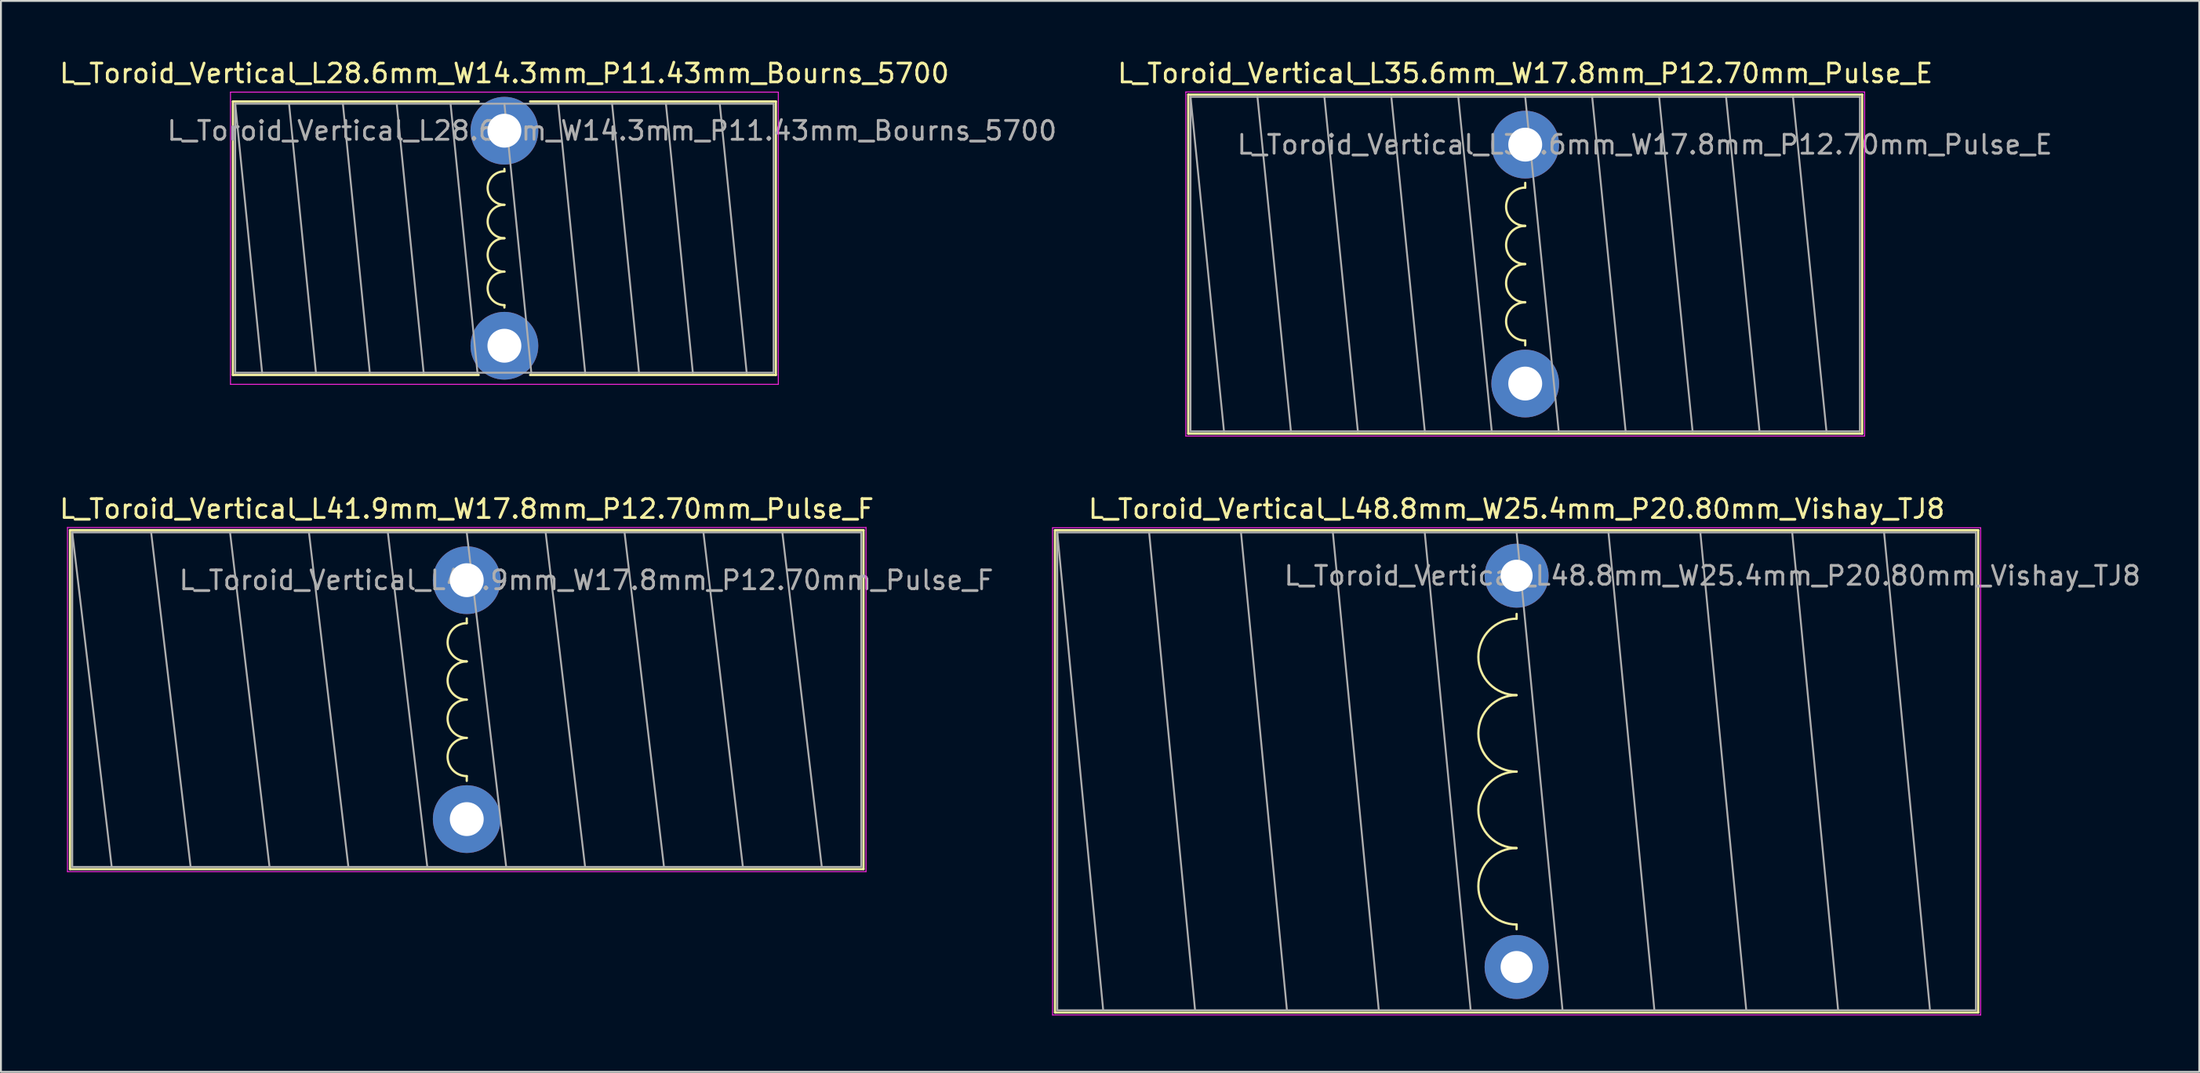
<source format=kicad_pcb>
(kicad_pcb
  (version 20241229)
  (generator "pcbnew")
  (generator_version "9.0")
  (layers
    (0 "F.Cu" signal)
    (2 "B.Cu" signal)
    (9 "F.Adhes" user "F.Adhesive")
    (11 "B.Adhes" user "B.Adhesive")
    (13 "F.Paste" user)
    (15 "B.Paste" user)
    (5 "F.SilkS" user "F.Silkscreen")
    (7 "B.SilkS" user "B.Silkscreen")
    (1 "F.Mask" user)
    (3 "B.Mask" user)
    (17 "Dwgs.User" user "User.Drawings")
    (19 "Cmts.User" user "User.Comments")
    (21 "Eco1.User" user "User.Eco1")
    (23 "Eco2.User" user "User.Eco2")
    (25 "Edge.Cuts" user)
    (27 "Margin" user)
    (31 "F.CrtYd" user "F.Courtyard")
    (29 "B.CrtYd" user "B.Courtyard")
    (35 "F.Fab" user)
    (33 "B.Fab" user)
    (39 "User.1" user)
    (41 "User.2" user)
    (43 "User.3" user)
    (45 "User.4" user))
  (footprint "L_Toroid_Vertical_L35.6mm_W17.8mm_P12.70mm_Pulse_E"
    (layer "F.Cu")
    (at 77.971 4.638)
    (property "Reference" "L_Toroid_Vertical_L35.6mm_W17.8mm_P12.70mm_Pulse_E" (at 0 -3.79 0) (layer "F.SilkS") (effects (font (size 1 1) (thickness 0.15))))
    (attr through_hole)
    (fp_line (start -17.9 -2.66) (end -17.9 15.36) (stroke (width 0.12) (type solid)) (layer "F.SilkS"))
    (fp_line (start -17.9 -2.66) (end 17.9 -2.66) (stroke (width 0.12) (type solid)) (layer "F.SilkS"))
    (fp_line (start -17.9 15.36) (end 17.9 15.36) (stroke (width 0.12) (type solid)) (layer "F.SilkS"))
    (fp_line (start 0 2.286) (end 0 2.032) (stroke (width 0.12) (type solid)) (layer "F.SilkS"))
    (fp_line (start 0 10.414) (end 0 10.668) (stroke (width 0.12) (type solid)) (layer "F.SilkS"))
    (fp_line (start 17.9 -2.66) (end 17.9 15.36) (stroke (width 0.12) (type solid)) (layer "F.SilkS"))
    (fp_arc (start 0 4.318) (mid -1.016 3.302) (end 0 2.286) (stroke (width 0.12) (type solid)) (layer "F.SilkS"))
    (fp_arc (start 0 6.35) (mid -1.016 5.334) (end 0 4.318) (stroke (width 0.12) (type solid)) (layer "F.SilkS"))
    (fp_arc (start 0 8.382) (mid -1.016 7.366) (end 0 6.35) (stroke (width 0.12) (type solid)) (layer "F.SilkS"))
    (fp_arc (start 0 10.414) (mid -1.016 9.398) (end 0 8.382) (stroke (width 0.12) (type solid)) (layer "F.SilkS"))
    (fp_line (start -18.03 -2.8) (end -18.03 15.49) (stroke (width 0.05) (type solid)) (layer "F.CrtYd"))
    (fp_line (start -18.03 15.49) (end 18.03 15.49) (stroke (width 0.05) (type solid)) (layer "F.CrtYd"))
    (fp_line (start 18.03 -2.8) (end -18.03 -2.8) (stroke (width 0.05) (type solid)) (layer "F.CrtYd"))
    (fp_line (start 18.03 15.49) (end 18.03 -2.8) (stroke (width 0.05) (type solid)) (layer "F.CrtYd"))
    (fp_line (start -17.78 -2.54) (end -17.78 15.24) (stroke (width 0.1) (type solid)) (layer "F.Fab"))
    (fp_line (start -17.78 -2.54) (end -16.002 15.24) (stroke (width 0.1) (type solid)) (layer "F.Fab"))
    (fp_line (start -17.78 15.24) (end 17.78 15.24) (stroke (width 0.1) (type solid)) (layer "F.Fab"))
    (fp_line (start -14.224 -2.54) (end -12.446 15.24) (stroke (width 0.1) (type solid)) (layer "F.Fab"))
    (fp_line (start -10.668 -2.54) (end -8.89 15.24) (stroke (width 0.1) (type solid)) (layer "F.Fab"))
    (fp_line (start -7.112 -2.54) (end -5.334 15.24) (stroke (width 0.1) (type solid)) (layer "F.Fab"))
    (fp_line (start -3.556 -2.54) (end -1.778 15.24) (stroke (width 0.1) (type solid)) (layer "F.Fab"))
    (fp_line (start 0 -2.54) (end 1.778 15.24) (stroke (width 0.1) (type solid)) (layer "F.Fab"))
    (fp_line (start 3.556 -2.54) (end 5.334 15.24) (stroke (width 0.1) (type solid)) (layer "F.Fab"))
    (fp_line (start 7.112 -2.54) (end 8.89 15.24) (stroke (width 0.1) (type solid)) (layer "F.Fab"))
    (fp_line (start 10.668 -2.54) (end 12.446 15.24) (stroke (width 0.1) (type solid)) (layer "F.Fab"))
    (fp_line (start 14.224 -2.54) (end 16.002 15.24) (stroke (width 0.1) (type solid)) (layer "F.Fab"))
    (fp_line (start 17.78 -2.54) (end -17.78 -2.54) (stroke (width 0.1) (type solid)) (layer "F.Fab"))
    (fp_line (start 17.78 15.24) (end 17.78 -2.54) (stroke (width 0.1) (type solid)) (layer "F.Fab"))
    (fp_text user "${REFERENCE}" (at 6.35 0 0) (layer "F.Fab") (effects (font (size 1 1) (thickness 0.15))))
    (pad "1" thru_hole circle (at 0 0) (size 3.6 3.6) (drill 1.8) (layers "*.Cu" "*.Mask"))
    (pad "2" thru_hole circle (at 0 12.7) (size 3.6 3.6) (drill 1.8) (layers "*.Cu" "*.Mask")))
  (footprint "L_Toroid_Vertical_L41.9mm_W17.8mm_P12.70mm_Pulse_F"
    (layer "F.Cu")
    (at 21.744 27.791)
    (property "Reference" "L_Toroid_Vertical_L41.9mm_W17.8mm_P12.70mm_Pulse_F" (at 0 -3.79 0) (layer "F.SilkS") (effects (font (size 1 1) (thickness 0.15))))
    (attr through_hole)
    (fp_line (start -21.075 -2.66) (end -21.075 15.36) (stroke (width 0.12) (type solid)) (layer "F.SilkS"))
    (fp_line (start -21.075 -2.66) (end 21.075 -2.66) (stroke (width 0.12) (type solid)) (layer "F.SilkS"))
    (fp_line (start -21.075 15.36) (end 21.075 15.36) (stroke (width 0.12) (type solid)) (layer "F.SilkS"))
    (fp_line (start 0 2.286) (end 0 2.032) (stroke (width 0.12) (type solid)) (layer "F.SilkS"))
    (fp_line (start 0 10.414) (end 0 10.668) (stroke (width 0.12) (type solid)) (layer "F.SilkS"))
    (fp_line (start 21.075 -2.66) (end 21.075 15.36) (stroke (width 0.12) (type solid)) (layer "F.SilkS"))
    (fp_arc (start 0 4.318) (mid -1.016 3.302) (end 0 2.286) (stroke (width 0.12) (type solid)) (layer "F.SilkS"))
    (fp_arc (start 0 6.35) (mid -1.016 5.334) (end 0 4.318) (stroke (width 0.12) (type solid)) (layer "F.SilkS"))
    (fp_arc (start 0 8.382) (mid -1.016 7.366) (end 0 6.35) (stroke (width 0.12) (type solid)) (layer "F.SilkS"))
    (fp_arc (start 0 10.414) (mid -1.016 9.398) (end 0 8.382) (stroke (width 0.12) (type solid)) (layer "F.SilkS"))
    (fp_line (start -21.21 -2.8) (end -21.21 15.49) (stroke (width 0.05) (type solid)) (layer "F.CrtYd"))
    (fp_line (start -21.21 15.49) (end 21.21 15.49) (stroke (width 0.05) (type solid)) (layer "F.CrtYd"))
    (fp_line (start 21.21 -2.8) (end -21.21 -2.8) (stroke (width 0.05) (type solid)) (layer "F.CrtYd"))
    (fp_line (start 21.21 15.49) (end 21.21 -2.8) (stroke (width 0.05) (type solid)) (layer "F.CrtYd"))
    (fp_line (start -20.955 -2.54) (end -20.955 15.24) (stroke (width 0.1) (type solid)) (layer "F.Fab"))
    (fp_line (start -20.955 -2.54) (end -18.86 15.24) (stroke (width 0.1) (type solid)) (layer "F.Fab"))
    (fp_line (start -20.955 15.24) (end 20.955 15.24) (stroke (width 0.1) (type solid)) (layer "F.Fab"))
    (fp_line (start -16.764 -2.54) (end -14.668 15.24) (stroke (width 0.1) (type solid)) (layer "F.Fab"))
    (fp_line (start -12.573 -2.54) (end -10.477 15.24) (stroke (width 0.1) (type solid)) (layer "F.Fab"))
    (fp_line (start -8.382 -2.54) (end -6.287 15.24) (stroke (width 0.1) (type solid)) (layer "F.Fab"))
    (fp_line (start -4.191 -2.54) (end -2.095 15.24) (stroke (width 0.1) (type solid)) (layer "F.Fab"))
    (fp_line (start 0 -2.54) (end 2.095 15.24) (stroke (width 0.1) (type solid)) (layer "F.Fab"))
    (fp_line (start 4.191 -2.54) (end 6.287 15.24) (stroke (width 0.1) (type solid)) (layer "F.Fab"))
    (fp_line (start 8.382 -2.54) (end 10.477 15.24) (stroke (width 0.1) (type solid)) (layer "F.Fab"))
    (fp_line (start 12.573 -2.54) (end 14.668 15.24) (stroke (width 0.1) (type solid)) (layer "F.Fab"))
    (fp_line (start 16.764 -2.54) (end 18.86 15.24) (stroke (width 0.1) (type solid)) (layer "F.Fab"))
    (fp_line (start 20.955 -2.54) (end -20.955 -2.54) (stroke (width 0.1) (type solid)) (layer "F.Fab"))
    (fp_line (start 20.955 15.24) (end 20.955 -2.54) (stroke (width 0.1) (type solid)) (layer "F.Fab"))
    (fp_text user "${REFERENCE}" (at 6.35 0 0) (layer "F.Fab") (effects (font (size 1 1) (thickness 0.15))))
    (pad "1" thru_hole circle (at 0 0) (size 3.6 3.6) (drill 1.8) (layers "*.Cu" "*.Mask"))
    (pad "2" thru_hole circle (at 0 12.7) (size 3.6 3.6) (drill 1.8) (layers "*.Cu" "*.Mask")))
  (footprint "L_Toroid_Vertical_L48.8mm_W25.4mm_P20.80mm_Vishay_TJ8"
    (layer "F.Cu")
    (at 77.513 27.552)
    (property "Reference" "L_Toroid_Vertical_L48.8mm_W25.4mm_P20.80mm_Vishay_TJ8" (at 0 -3.55 0) (layer "F.SilkS") (effects (font (size 1 1) (thickness 0.15))))
    (attr through_hole)
    (fp_line (start -24.52 -2.42) (end -24.52 23.22) (stroke (width 0.12) (type solid)) (layer "F.SilkS"))
    (fp_line (start -24.52 -2.42) (end 24.52 -2.42) (stroke (width 0.12) (type solid)) (layer "F.SilkS"))
    (fp_line (start -24.52 23.22) (end 24.52 23.22) (stroke (width 0.12) (type solid)) (layer "F.SilkS"))
    (fp_line (start 0 2.286) (end 0 2.032) (stroke (width 0.12) (type solid)) (layer "F.SilkS"))
    (fp_line (start 0 18.542) (end 0 18.796) (stroke (width 0.12) (type solid)) (layer "F.SilkS"))
    (fp_line (start 24.52 -2.42) (end 24.52 23.22) (stroke (width 0.12) (type solid)) (layer "F.SilkS"))
    (fp_arc (start 0 6.35) (mid -2.032 4.318) (end 0 2.286) (stroke (width 0.12) (type solid)) (layer "F.SilkS"))
    (fp_arc (start 0 10.414) (mid -2.032 8.382) (end 0 6.35) (stroke (width 0.12) (type solid)) (layer "F.SilkS"))
    (fp_arc (start 0 14.478) (mid -2.032 12.446) (end 0 10.414) (stroke (width 0.12) (type solid)) (layer "F.SilkS"))
    (fp_arc (start 0 18.542) (mid -2.032 16.51) (end 0 14.478) (stroke (width 0.12) (type solid)) (layer "F.SilkS"))
    (fp_line (start -24.65 -2.55) (end -24.65 23.35) (stroke (width 0.05) (type solid)) (layer "F.CrtYd"))
    (fp_line (start -24.65 23.35) (end 24.65 23.35) (stroke (width 0.05) (type solid)) (layer "F.CrtYd"))
    (fp_line (start 24.65 -2.55) (end -24.65 -2.55) (stroke (width 0.05) (type solid)) (layer "F.CrtYd"))
    (fp_line (start 24.65 23.35) (end 24.65 -2.55) (stroke (width 0.05) (type solid)) (layer "F.CrtYd"))
    (fp_line (start -24.4 -2.3) (end -24.4 23.1) (stroke (width 0.1) (type solid)) (layer "F.Fab"))
    (fp_line (start -24.4 -2.3) (end -21.96 23.1) (stroke (width 0.1) (type solid)) (layer "F.Fab"))
    (fp_line (start -24.4 23.1) (end 24.4 23.1) (stroke (width 0.1) (type solid)) (layer "F.Fab"))
    (fp_line (start -19.52 -2.3) (end -17.08 23.1) (stroke (width 0.1) (type solid)) (layer "F.Fab"))
    (fp_line (start -14.64 -2.3) (end -12.2 23.1) (stroke (width 0.1) (type solid)) (layer "F.Fab"))
    (fp_line (start -9.76 -2.3) (end -7.32 23.1) (stroke (width 0.1) (type solid)) (layer "F.Fab"))
    (fp_line (start -4.88 -2.3) (end -2.44 23.1) (stroke (width 0.1) (type solid)) (layer "F.Fab"))
    (fp_line (start 0 -2.3) (end 2.44 23.1) (stroke (width 0.1) (type solid)) (layer "F.Fab"))
    (fp_line (start 4.88 -2.3) (end 7.32 23.1) (stroke (width 0.1) (type solid)) (layer "F.Fab"))
    (fp_line (start 9.76 -2.3) (end 12.2 23.1) (stroke (width 0.1) (type solid)) (layer "F.Fab"))
    (fp_line (start 14.64 -2.3) (end 17.08 23.1) (stroke (width 0.1) (type solid)) (layer "F.Fab"))
    (fp_line (start 19.52 -2.3) (end 21.96 23.1) (stroke (width 0.1) (type solid)) (layer "F.Fab"))
    (fp_line (start 24.4 -2.3) (end -24.4 -2.3) (stroke (width 0.1) (type solid)) (layer "F.Fab"))
    (fp_line (start 24.4 23.1) (end 24.4 -2.3) (stroke (width 0.1) (type solid)) (layer "F.Fab"))
    (fp_text user "${REFERENCE}" (at 10.4 0 0) (layer "F.Fab") (effects (font (size 1 1) (thickness 0.15))))
    (pad "1" thru_hole circle (at 0 0) (size 3.4 3.4) (drill 1.7) (layers "*.Cu" "*.Mask"))
    (pad "2" thru_hole circle (at 0 20.8) (size 3.4 3.4) (drill 1.7) (layers "*.Cu" "*.Mask")))
  (footprint "L_Toroid_Vertical_L28.6mm_W14.3mm_P11.43mm_Bourns_5700"
    (layer "F.Cu")
    (at 23.744 3.898)
    (property "Reference" "L_Toroid_Vertical_L28.6mm_W14.3mm_P11.43mm_Bourns_5700" (at 0 -3.05 0) (layer "F.SilkS") (effects (font (size 1 1) (thickness 0.15))))
    (attr through_hole)
    (fp_line (start -14.42 -1.555) (end -14.42 12.985) (stroke (width 0.12) (type solid)) (layer "F.SilkS"))
    (fp_line (start -14.42 -1.555) (end -1.365 -1.555) (stroke (width 0.12) (type solid)) (layer "F.SilkS"))
    (fp_line (start -14.42 12.985) (end -1.365 12.985) (stroke (width 0.12) (type solid)) (layer "F.SilkS"))
    (fp_line (start 0 2.159) (end 0 2.032) (stroke (width 0.12) (type solid)) (layer "F.SilkS"))
    (fp_line (start 0 9.271) (end 0 9.398) (stroke (width 0.12) (type solid)) (layer "F.SilkS"))
    (fp_line (start 1.365 -1.555) (end 14.42 -1.555) (stroke (width 0.12) (type solid)) (layer "F.SilkS"))
    (fp_line (start 1.365 12.985) (end 14.42 12.985) (stroke (width 0.12) (type solid)) (layer "F.SilkS"))
    (fp_line (start 14.42 -1.555) (end 14.42 12.985) (stroke (width 0.12) (type solid)) (layer "F.SilkS"))
    (fp_arc (start 0 3.937) (mid -0.889 3.048) (end 0 2.159) (stroke (width 0.12) (type solid)) (layer "F.SilkS"))
    (fp_arc (start 0 5.715) (mid -0.889 4.826) (end 0 3.937) (stroke (width 0.12) (type solid)) (layer "F.SilkS"))
    (fp_arc (start 0 7.493) (mid -0.889 6.604) (end 0 5.715) (stroke (width 0.12) (type solid)) (layer "F.SilkS"))
    (fp_arc (start 0 9.271) (mid -0.889 8.382) (end 0 7.493) (stroke (width 0.12) (type solid)) (layer "F.SilkS"))
    (fp_line (start -14.55 -2.05) (end -14.55 13.48) (stroke (width 0.05) (type solid)) (layer "F.CrtYd"))
    (fp_line (start -14.55 13.48) (end 14.55 13.48) (stroke (width 0.05) (type solid)) (layer "F.CrtYd"))
    (fp_line (start 14.55 -2.05) (end -14.55 -2.05) (stroke (width 0.05) (type solid)) (layer "F.CrtYd"))
    (fp_line (start 14.55 13.48) (end 14.55 -2.05) (stroke (width 0.05) (type solid)) (layer "F.CrtYd"))
    (fp_line (start -14.3 -1.435) (end -14.3 12.865) (stroke (width 0.1) (type solid)) (layer "F.Fab"))
    (fp_line (start -14.3 -1.435) (end -12.87 12.865) (stroke (width 0.1) (type solid)) (layer "F.Fab"))
    (fp_line (start -14.3 12.865) (end 14.3 12.865) (stroke (width 0.1) (type solid)) (layer "F.Fab"))
    (fp_line (start -11.44 -1.435) (end -10.01 12.865) (stroke (width 0.1) (type solid)) (layer "F.Fab"))
    (fp_line (start -8.58 -1.435) (end -7.15 12.865) (stroke (width 0.1) (type solid)) (layer "F.Fab"))
    (fp_line (start -5.72 -1.435) (end -4.29 12.865) (stroke (width 0.1) (type solid)) (layer "F.Fab"))
    (fp_line (start -2.86 -1.435) (end -1.43 12.865) (stroke (width 0.1) (type solid)) (layer "F.Fab"))
    (fp_line (start 0 -1.435) (end 1.43 12.865) (stroke (width 0.1) (type solid)) (layer "F.Fab"))
    (fp_line (start 2.86 -1.435) (end 4.29 12.865) (stroke (width 0.1) (type solid)) (layer "F.Fab"))
    (fp_line (start 5.72 -1.435) (end 7.15 12.865) (stroke (width 0.1) (type solid)) (layer "F.Fab"))
    (fp_line (start 8.58 -1.435) (end 10.01 12.865) (stroke (width 0.1) (type solid)) (layer "F.Fab"))
    (fp_line (start 11.44 -1.435) (end 12.87 12.865) (stroke (width 0.1) (type solid)) (layer "F.Fab"))
    (fp_line (start 14.3 -1.435) (end -14.3 -1.435) (stroke (width 0.1) (type solid)) (layer "F.Fab"))
    (fp_line (start 14.3 12.865) (end 14.3 -1.435) (stroke (width 0.1) (type solid)) (layer "F.Fab"))
    (fp_text user "${REFERENCE}" (at 5.715 0 0) (layer "F.Fab") (effects (font (size 1 1) (thickness 0.15))))
    (pad "1" thru_hole circle (at 0 0) (size 3.6 3.6) (drill 1.8) (layers "*.Cu" "*.Mask"))
    (pad "2" thru_hole circle (at 0 11.43) (size 3.6 3.6) (drill 1.8) (layers "*.Cu" "*.Mask")))
  (gr_rect
    (start -3 -3)
    (end 113.776 53.926)
    (stroke (width 0.1) (type default))
    (fill no)
    (layer "Edge.Cuts")))
</source>
